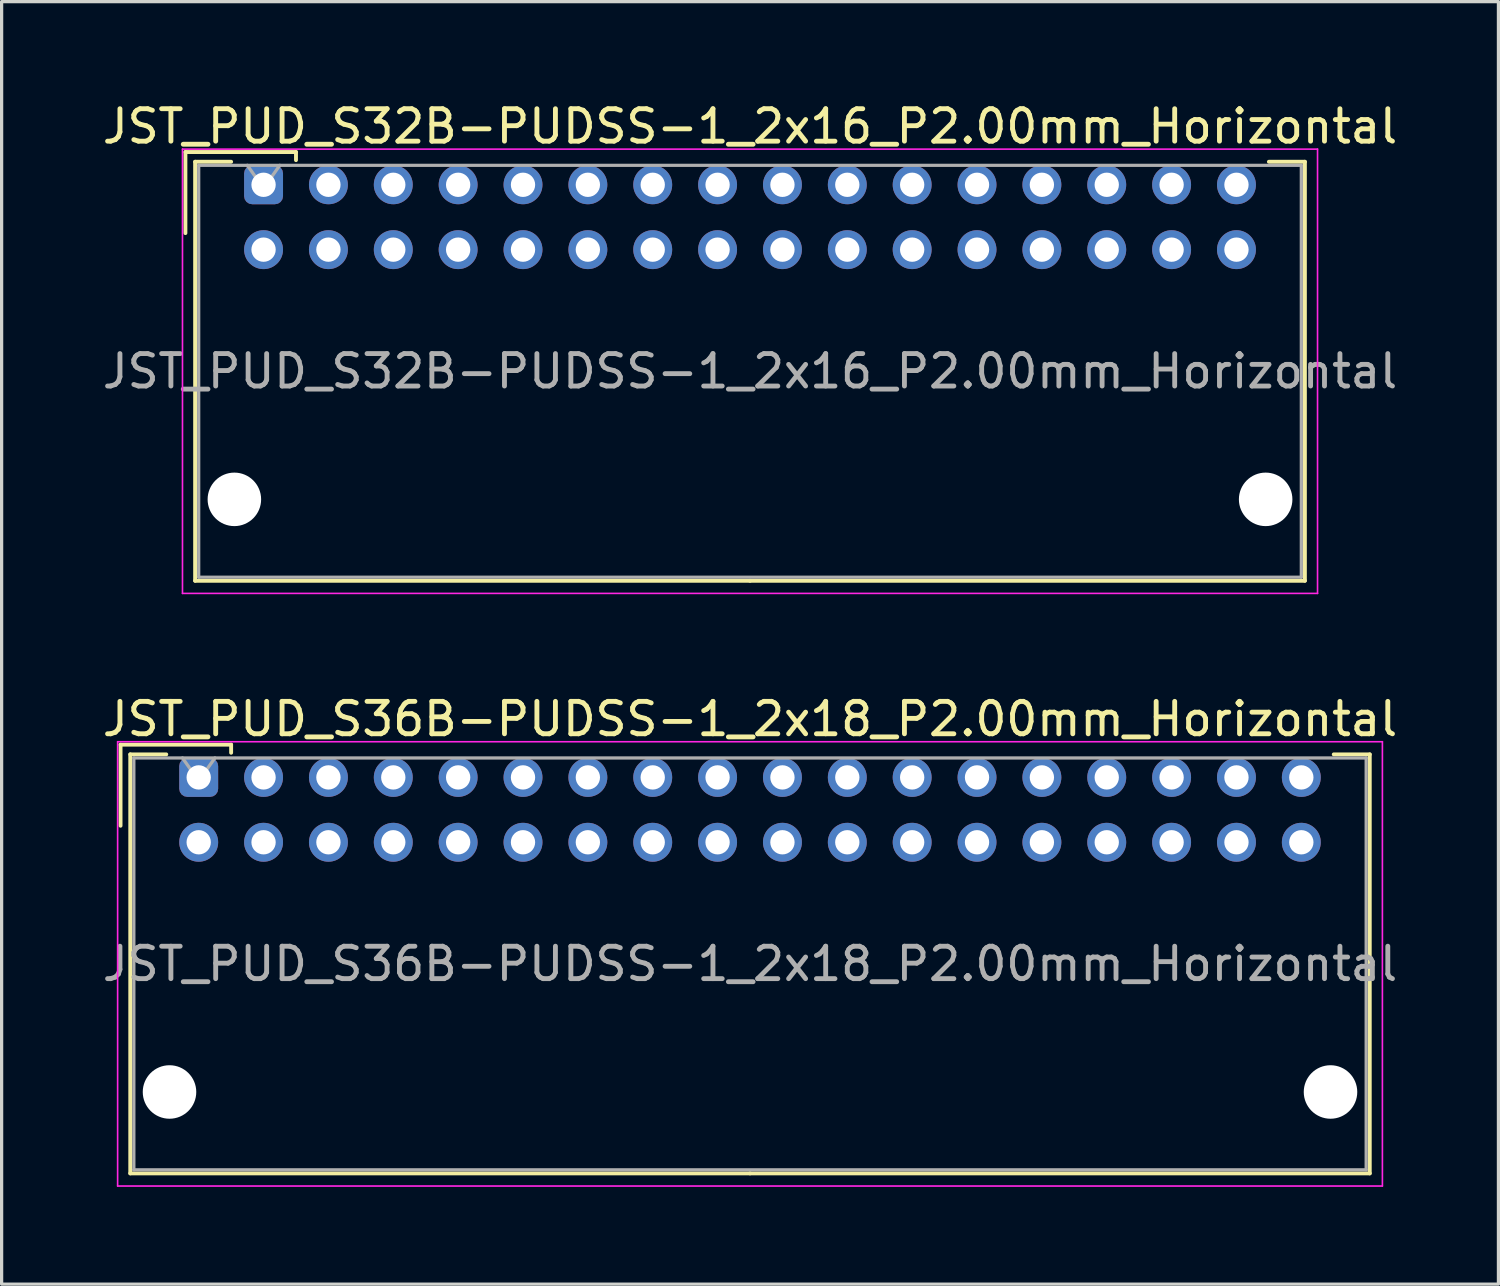
<source format=kicad_pcb>
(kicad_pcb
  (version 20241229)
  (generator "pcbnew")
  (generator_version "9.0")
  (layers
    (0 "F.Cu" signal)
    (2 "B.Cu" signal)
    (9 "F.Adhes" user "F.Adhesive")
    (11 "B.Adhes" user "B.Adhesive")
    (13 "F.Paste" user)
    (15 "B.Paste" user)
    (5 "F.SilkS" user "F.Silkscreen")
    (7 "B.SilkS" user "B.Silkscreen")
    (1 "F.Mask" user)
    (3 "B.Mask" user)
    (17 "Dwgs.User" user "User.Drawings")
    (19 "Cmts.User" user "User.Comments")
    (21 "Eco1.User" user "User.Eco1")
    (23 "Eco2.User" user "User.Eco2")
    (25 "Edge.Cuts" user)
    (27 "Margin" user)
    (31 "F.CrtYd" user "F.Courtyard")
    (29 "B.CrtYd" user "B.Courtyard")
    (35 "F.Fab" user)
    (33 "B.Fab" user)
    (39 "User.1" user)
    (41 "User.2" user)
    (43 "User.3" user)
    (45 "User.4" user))
  (footprint "JST_PUD_S32B-PUDSS-1_2x16_P2.00mm_Horizontal"
    (layer "F.Cu")
    (at 5.077 2.648)
    (property "Reference" "JST_PUD_S32B-PUDSS-1_2x16_P2.00mm_Horizontal" (at 15 -1.8 0) (layer "F.SilkS") (effects (font (size 1 1) (thickness 0.15))))
    (attr through_hole)
    (fp_line (start -2.41 -1.01) (end -2.41 1.49) (stroke (width 0.12) (type solid)) (layer "F.SilkS"))
    (fp_line (start -2.11 -0.71) (end -2.11 12.21) (stroke (width 0.12) (type solid)) (layer "F.SilkS"))
    (fp_line (start -2.11 12.21) (end 15 12.21) (stroke (width 0.12) (type solid)) (layer "F.SilkS"))
    (fp_line (start -1 -0.71) (end -2.11 -0.71) (stroke (width 0.12) (type solid)) (layer "F.SilkS"))
    (fp_line (start 1 -1.01) (end -2.41 -1.01) (stroke (width 0.12) (type solid)) (layer "F.SilkS"))
    (fp_line (start 1 -0.76) (end 1 -1.01) (stroke (width 0.12) (type solid)) (layer "F.SilkS"))
    (fp_line (start 31 -0.71) (end 32.11 -0.71) (stroke (width 0.12) (type solid)) (layer "F.SilkS"))
    (fp_line (start 32.11 -0.71) (end 32.11 12.21) (stroke (width 0.12) (type solid)) (layer "F.SilkS"))
    (fp_line (start 32.11 12.21) (end 15 12.21) (stroke (width 0.12) (type solid)) (layer "F.SilkS"))
    (fp_line (start -2.5 -1.1) (end -2.5 12.6) (stroke (width 0.05) (type solid)) (layer "F.CrtYd"))
    (fp_line (start -2.5 12.6) (end 32.5 12.6) (stroke (width 0.05) (type solid)) (layer "F.CrtYd"))
    (fp_line (start 32.5 -1.1) (end -2.5 -1.1) (stroke (width 0.05) (type solid)) (layer "F.CrtYd"))
    (fp_line (start 32.5 12.6) (end 32.5 -1.1) (stroke (width 0.05) (type solid)) (layer "F.CrtYd"))
    (fp_line (start -2 -0.6) (end -2 12.1) (stroke (width 0.1) (type solid)) (layer "F.Fab"))
    (fp_line (start -2 12.1) (end 32 12.1) (stroke (width 0.1) (type solid)) (layer "F.Fab"))
    (fp_line (start 0 0.107) (end -0.5 -0.6) (stroke (width 0.1) (type solid)) (layer "F.Fab"))
    (fp_line (start 0.5 -0.6) (end 0 0.107) (stroke (width 0.1) (type solid)) (layer "F.Fab"))
    (fp_line (start 32 -0.6) (end -2 -0.6) (stroke (width 0.1) (type solid)) (layer "F.Fab"))
    (fp_line (start 32 12.1) (end 32 -0.6) (stroke (width 0.1) (type solid)) (layer "F.Fab"))
    (fp_text user "${REFERENCE}" (at 15 5.75 0) (layer "F.Fab") (effects (font (size 1 1) (thickness 0.15))))
    (pad "" np_thru_hole circle (at -0.9 9.7) (size 1.65 1.65) (drill 1.65) (layers "*.Cu" "*.Mask"))
    (pad "" np_thru_hole circle (at 30.9 9.7) (size 1.65 1.65) (drill 1.65) (layers "*.Cu" "*.Mask"))
    (pad "1" thru_hole roundrect (at 0 0) (size 1.2 1.2) (drill 0.75) (layers "*.Cu" "*.Mask") (roundrect_rratio 0.208))
    (pad "2" thru_hole circle (at 0 2) (size 1.2 1.2) (drill 0.75) (layers "*.Cu" "*.Mask"))
    (pad "3" thru_hole circle (at 2 0) (size 1.2 1.2) (drill 0.75) (layers "*.Cu" "*.Mask"))
    (pad "4" thru_hole circle (at 2 2) (size 1.2 1.2) (drill 0.75) (layers "*.Cu" "*.Mask"))
    (pad "5" thru_hole circle (at 4 0) (size 1.2 1.2) (drill 0.75) (layers "*.Cu" "*.Mask"))
    (pad "6" thru_hole circle (at 4 2) (size 1.2 1.2) (drill 0.75) (layers "*.Cu" "*.Mask"))
    (pad "7" thru_hole circle (at 6 0) (size 1.2 1.2) (drill 0.75) (layers "*.Cu" "*.Mask"))
    (pad "8" thru_hole circle (at 6 2) (size 1.2 1.2) (drill 0.75) (layers "*.Cu" "*.Mask"))
    (pad "9" thru_hole circle (at 8 0) (size 1.2 1.2) (drill 0.75) (layers "*.Cu" "*.Mask"))
    (pad "10" thru_hole circle (at 8 2) (size 1.2 1.2) (drill 0.75) (layers "*.Cu" "*.Mask"))
    (pad "11" thru_hole circle (at 10 0) (size 1.2 1.2) (drill 0.75) (layers "*.Cu" "*.Mask"))
    (pad "12" thru_hole circle (at 10 2) (size 1.2 1.2) (drill 0.75) (layers "*.Cu" "*.Mask"))
    (pad "13" thru_hole circle (at 12 0) (size 1.2 1.2) (drill 0.75) (layers "*.Cu" "*.Mask"))
    (pad "14" thru_hole circle (at 12 2) (size 1.2 1.2) (drill 0.75) (layers "*.Cu" "*.Mask"))
    (pad "15" thru_hole circle (at 14 0) (size 1.2 1.2) (drill 0.75) (layers "*.Cu" "*.Mask"))
    (pad "16" thru_hole circle (at 14 2) (size 1.2 1.2) (drill 0.75) (layers "*.Cu" "*.Mask"))
    (pad "17" thru_hole circle (at 16 0) (size 1.2 1.2) (drill 0.75) (layers "*.Cu" "*.Mask"))
    (pad "18" thru_hole circle (at 16 2) (size 1.2 1.2) (drill 0.75) (layers "*.Cu" "*.Mask"))
    (pad "19" thru_hole circle (at 18 0) (size 1.2 1.2) (drill 0.75) (layers "*.Cu" "*.Mask"))
    (pad "20" thru_hole circle (at 18 2) (size 1.2 1.2) (drill 0.75) (layers "*.Cu" "*.Mask"))
    (pad "21" thru_hole circle (at 20 0) (size 1.2 1.2) (drill 0.75) (layers "*.Cu" "*.Mask"))
    (pad "22" thru_hole circle (at 20 2) (size 1.2 1.2) (drill 0.75) (layers "*.Cu" "*.Mask"))
    (pad "23" thru_hole circle (at 22 0) (size 1.2 1.2) (drill 0.75) (layers "*.Cu" "*.Mask"))
    (pad "24" thru_hole circle (at 22 2) (size 1.2 1.2) (drill 0.75) (layers "*.Cu" "*.Mask"))
    (pad "25" thru_hole circle (at 24 0) (size 1.2 1.2) (drill 0.75) (layers "*.Cu" "*.Mask"))
    (pad "26" thru_hole circle (at 24 2) (size 1.2 1.2) (drill 0.75) (layers "*.Cu" "*.Mask"))
    (pad "27" thru_hole circle (at 26 0) (size 1.2 1.2) (drill 0.75) (layers "*.Cu" "*.Mask"))
    (pad "28" thru_hole circle (at 26 2) (size 1.2 1.2) (drill 0.75) (layers "*.Cu" "*.Mask"))
    (pad "29" thru_hole circle (at 28 0) (size 1.2 1.2) (drill 0.75) (layers "*.Cu" "*.Mask"))
    (pad "30" thru_hole circle (at 28 2) (size 1.2 1.2) (drill 0.75) (layers "*.Cu" "*.Mask"))
    (pad "31" thru_hole circle (at 30 0) (size 1.2 1.2) (drill 0.75) (layers "*.Cu" "*.Mask"))
    (pad "32" thru_hole circle (at 30 2) (size 1.2 1.2) (drill 0.75) (layers "*.Cu" "*.Mask")))
  (footprint "JST_PUD_S36B-PUDSS-1_2x18_P2.00mm_Horizontal"
    (layer "F.Cu")
    (at 3.077 20.922)
    (property "Reference" "JST_PUD_S36B-PUDSS-1_2x18_P2.00mm_Horizontal" (at 17 -1.8 0) (layer "F.SilkS") (effects (font (size 1 1) (thickness 0.15))))
    (attr through_hole)
    (fp_line (start -2.41 -1.01) (end -2.41 1.49) (stroke (width 0.12) (type solid)) (layer "F.SilkS"))
    (fp_line (start -2.11 -0.71) (end -2.11 12.21) (stroke (width 0.12) (type solid)) (layer "F.SilkS"))
    (fp_line (start -2.11 12.21) (end 17 12.21) (stroke (width 0.12) (type solid)) (layer "F.SilkS"))
    (fp_line (start -1 -0.71) (end -2.11 -0.71) (stroke (width 0.12) (type solid)) (layer "F.SilkS"))
    (fp_line (start 1 -1.01) (end -2.41 -1.01) (stroke (width 0.12) (type solid)) (layer "F.SilkS"))
    (fp_line (start 1 -0.76) (end 1 -1.01) (stroke (width 0.12) (type solid)) (layer "F.SilkS"))
    (fp_line (start 35 -0.71) (end 36.11 -0.71) (stroke (width 0.12) (type solid)) (layer "F.SilkS"))
    (fp_line (start 36.11 -0.71) (end 36.11 12.21) (stroke (width 0.12) (type solid)) (layer "F.SilkS"))
    (fp_line (start 36.11 12.21) (end 17 12.21) (stroke (width 0.12) (type solid)) (layer "F.SilkS"))
    (fp_line (start -2.5 -1.1) (end -2.5 12.6) (stroke (width 0.05) (type solid)) (layer "F.CrtYd"))
    (fp_line (start -2.5 12.6) (end 36.5 12.6) (stroke (width 0.05) (type solid)) (layer "F.CrtYd"))
    (fp_line (start 36.5 -1.1) (end -2.5 -1.1) (stroke (width 0.05) (type solid)) (layer "F.CrtYd"))
    (fp_line (start 36.5 12.6) (end 36.5 -1.1) (stroke (width 0.05) (type solid)) (layer "F.CrtYd"))
    (fp_line (start -2 -0.6) (end -2 12.1) (stroke (width 0.1) (type solid)) (layer "F.Fab"))
    (fp_line (start -2 12.1) (end 36 12.1) (stroke (width 0.1) (type solid)) (layer "F.Fab"))
    (fp_line (start 0 0.107) (end -0.5 -0.6) (stroke (width 0.1) (type solid)) (layer "F.Fab"))
    (fp_line (start 0.5 -0.6) (end 0 0.107) (stroke (width 0.1) (type solid)) (layer "F.Fab"))
    (fp_line (start 36 -0.6) (end -2 -0.6) (stroke (width 0.1) (type solid)) (layer "F.Fab"))
    (fp_line (start 36 12.1) (end 36 -0.6) (stroke (width 0.1) (type solid)) (layer "F.Fab"))
    (fp_text user "${REFERENCE}" (at 17 5.75 0) (layer "F.Fab") (effects (font (size 1 1) (thickness 0.15))))
    (pad "" np_thru_hole circle (at -0.9 9.7) (size 1.65 1.65) (drill 1.65) (layers "*.Cu" "*.Mask"))
    (pad "" np_thru_hole circle (at 34.9 9.7) (size 1.65 1.65) (drill 1.65) (layers "*.Cu" "*.Mask"))
    (pad "1" thru_hole roundrect (at 0 0) (size 1.2 1.2) (drill 0.75) (layers "*.Cu" "*.Mask") (roundrect_rratio 0.208))
    (pad "2" thru_hole circle (at 0 2) (size 1.2 1.2) (drill 0.75) (layers "*.Cu" "*.Mask"))
    (pad "3" thru_hole circle (at 2 0) (size 1.2 1.2) (drill 0.75) (layers "*.Cu" "*.Mask"))
    (pad "4" thru_hole circle (at 2 2) (size 1.2 1.2) (drill 0.75) (layers "*.Cu" "*.Mask"))
    (pad "5" thru_hole circle (at 4 0) (size 1.2 1.2) (drill 0.75) (layers "*.Cu" "*.Mask"))
    (pad "6" thru_hole circle (at 4 2) (size 1.2 1.2) (drill 0.75) (layers "*.Cu" "*.Mask"))
    (pad "7" thru_hole circle (at 6 0) (size 1.2 1.2) (drill 0.75) (layers "*.Cu" "*.Mask"))
    (pad "8" thru_hole circle (at 6 2) (size 1.2 1.2) (drill 0.75) (layers "*.Cu" "*.Mask"))
    (pad "9" thru_hole circle (at 8 0) (size 1.2 1.2) (drill 0.75) (layers "*.Cu" "*.Mask"))
    (pad "10" thru_hole circle (at 8 2) (size 1.2 1.2) (drill 0.75) (layers "*.Cu" "*.Mask"))
    (pad "11" thru_hole circle (at 10 0) (size 1.2 1.2) (drill 0.75) (layers "*.Cu" "*.Mask"))
    (pad "12" thru_hole circle (at 10 2) (size 1.2 1.2) (drill 0.75) (layers "*.Cu" "*.Mask"))
    (pad "13" thru_hole circle (at 12 0) (size 1.2 1.2) (drill 0.75) (layers "*.Cu" "*.Mask"))
    (pad "14" thru_hole circle (at 12 2) (size 1.2 1.2) (drill 0.75) (layers "*.Cu" "*.Mask"))
    (pad "15" thru_hole circle (at 14 0) (size 1.2 1.2) (drill 0.75) (layers "*.Cu" "*.Mask"))
    (pad "16" thru_hole circle (at 14 2) (size 1.2 1.2) (drill 0.75) (layers "*.Cu" "*.Mask"))
    (pad "17" thru_hole circle (at 16 0) (size 1.2 1.2) (drill 0.75) (layers "*.Cu" "*.Mask"))
    (pad "18" thru_hole circle (at 16 2) (size 1.2 1.2) (drill 0.75) (layers "*.Cu" "*.Mask"))
    (pad "19" thru_hole circle (at 18 0) (size 1.2 1.2) (drill 0.75) (layers "*.Cu" "*.Mask"))
    (pad "20" thru_hole circle (at 18 2) (size 1.2 1.2) (drill 0.75) (layers "*.Cu" "*.Mask"))
    (pad "21" thru_hole circle (at 20 0) (size 1.2 1.2) (drill 0.75) (layers "*.Cu" "*.Mask"))
    (pad "22" thru_hole circle (at 20 2) (size 1.2 1.2) (drill 0.75) (layers "*.Cu" "*.Mask"))
    (pad "23" thru_hole circle (at 22 0) (size 1.2 1.2) (drill 0.75) (layers "*.Cu" "*.Mask"))
    (pad "24" thru_hole circle (at 22 2) (size 1.2 1.2) (drill 0.75) (layers "*.Cu" "*.Mask"))
    (pad "25" thru_hole circle (at 24 0) (size 1.2 1.2) (drill 0.75) (layers "*.Cu" "*.Mask"))
    (pad "26" thru_hole circle (at 24 2) (size 1.2 1.2) (drill 0.75) (layers "*.Cu" "*.Mask"))
    (pad "27" thru_hole circle (at 26 0) (size 1.2 1.2) (drill 0.75) (layers "*.Cu" "*.Mask"))
    (pad "28" thru_hole circle (at 26 2) (size 1.2 1.2) (drill 0.75) (layers "*.Cu" "*.Mask"))
    (pad "29" thru_hole circle (at 28 0) (size 1.2 1.2) (drill 0.75) (layers "*.Cu" "*.Mask"))
    (pad "30" thru_hole circle (at 28 2) (size 1.2 1.2) (drill 0.75) (layers "*.Cu" "*.Mask"))
    (pad "31" thru_hole circle (at 30 0) (size 1.2 1.2) (drill 0.75) (layers "*.Cu" "*.Mask"))
    (pad "32" thru_hole circle (at 30 2) (size 1.2 1.2) (drill 0.75) (layers "*.Cu" "*.Mask"))
    (pad "33" thru_hole circle (at 32 0) (size 1.2 1.2) (drill 0.75) (layers "*.Cu" "*.Mask"))
    (pad "34" thru_hole circle (at 32 2) (size 1.2 1.2) (drill 0.75) (layers "*.Cu" "*.Mask"))
    (pad "35" thru_hole circle (at 34 0) (size 1.2 1.2) (drill 0.75) (layers "*.Cu" "*.Mask"))
    (pad "36" thru_hole circle (at 34 2) (size 1.2 1.2) (drill 0.75) (layers "*.Cu" "*.Mask")))
  (gr_rect
    (start -3 -3)
    (end 43.155 36.547)
    (stroke (width 0.1) (type default))
    (fill no)
    (layer "Edge.Cuts")))
</source>
